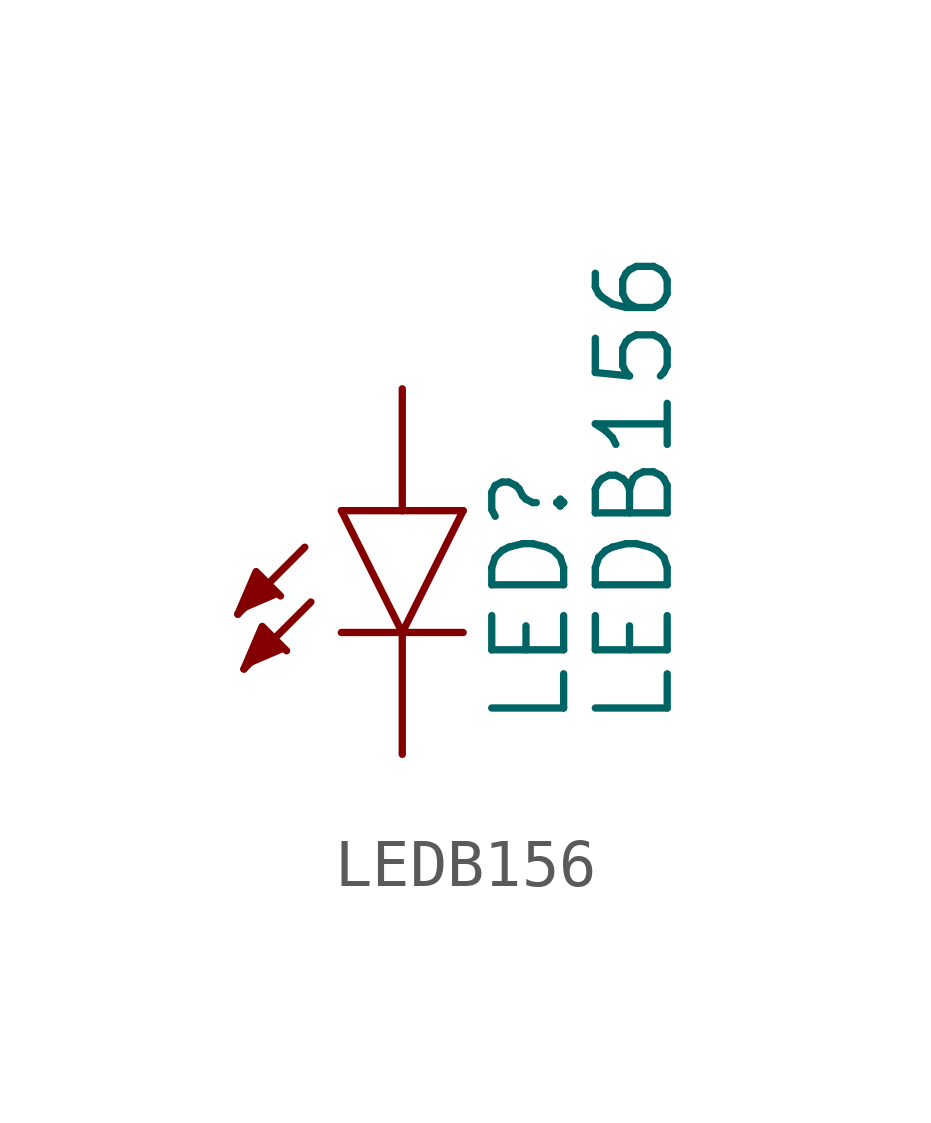
<source format=kicad_sym>
(kicad_symbol_lib
  (version 20211014)
  (generator kicad_symbol_editor)
  (symbol "LEDB156"
    (pin_names
      (offset 1.016))
    (property "Reference" "LED"
      (at 3.556 -4.572 90)
      (effects (font (size 1.499 1.499)) (justify left bottom)))
    (property "Value" "LEDB156"
      (at 5.715 -4.572 90)
      (effects (font (size 1.499 1.499)) (justify left bottom)))
    (property "ki_locked" ""
      (at 0 0 0)
      (effects (font (size 1.27 1.27))))
    (symbol "LEDB156_1_0"
      (polyline (pts (xy -2.032 -0.762) (xy -3.429 -2.159)) (stroke (width 0) (type default) (color 0 0 0 0)) (fill (type none)))
      (polyline (pts (xy -1.905 -1.905) (xy -3.302 -3.302)) (stroke (width 0) (type default) (color 0 0 0 0)) (fill (type none)))
      (polyline (pts (xy 0 -2.54) (xy -1.27 -2.54)) (stroke (width 0) (type default) (color 0 0 0 0)) (fill (type none)))
      (polyline (pts (xy 0 -2.54) (xy -1.27 0)) (stroke (width 0) (type default) (color 0 0 0 0)) (fill (type none)))
      (polyline (pts (xy 0 0) (xy -1.27 0)) (stroke (width 0) (type default) (color 0 0 0 0)) (fill (type none)))
      (polyline (pts (xy 1.27 -2.54) (xy 0 -2.54)) (stroke (width 0) (type default) (color 0 0 0 0)) (fill (type none)))
      (polyline (pts (xy 1.27 0) (xy 0 -2.54)) (stroke (width 0) (type default) (color 0 0 0 0)) (fill (type none)))
      (polyline (pts (xy 1.27 0) (xy 0 0)) (stroke (width 0) (type default) (color 0 0 0 0)) (fill (type none)))
      (polyline (pts (xy -3.429 -2.159) (xy -3.048 -1.27) (xy -2.54 -1.778)) (stroke (width 0) (type default) (color 0 0 0 0)) (fill (type outline)))
      (polyline (pts (xy -3.302 -3.302) (xy -2.921 -2.413) (xy -2.413 -2.921)) (stroke (width 0) (type default) (color 0 0 0 0)) (fill (type outline)))
      (pin passive line (at 0 2.54 270) (length 2.54) (name "A" (effects (font (size 0 0)))) (number "A" (effects (font (size 0 0)))))
      (pin passive line (at 0 -5.08 90) (length 2.54) (name "C" (effects (font (size 0 0)))) (number "K" (effects (font (size 0 0))))))))
</source>
